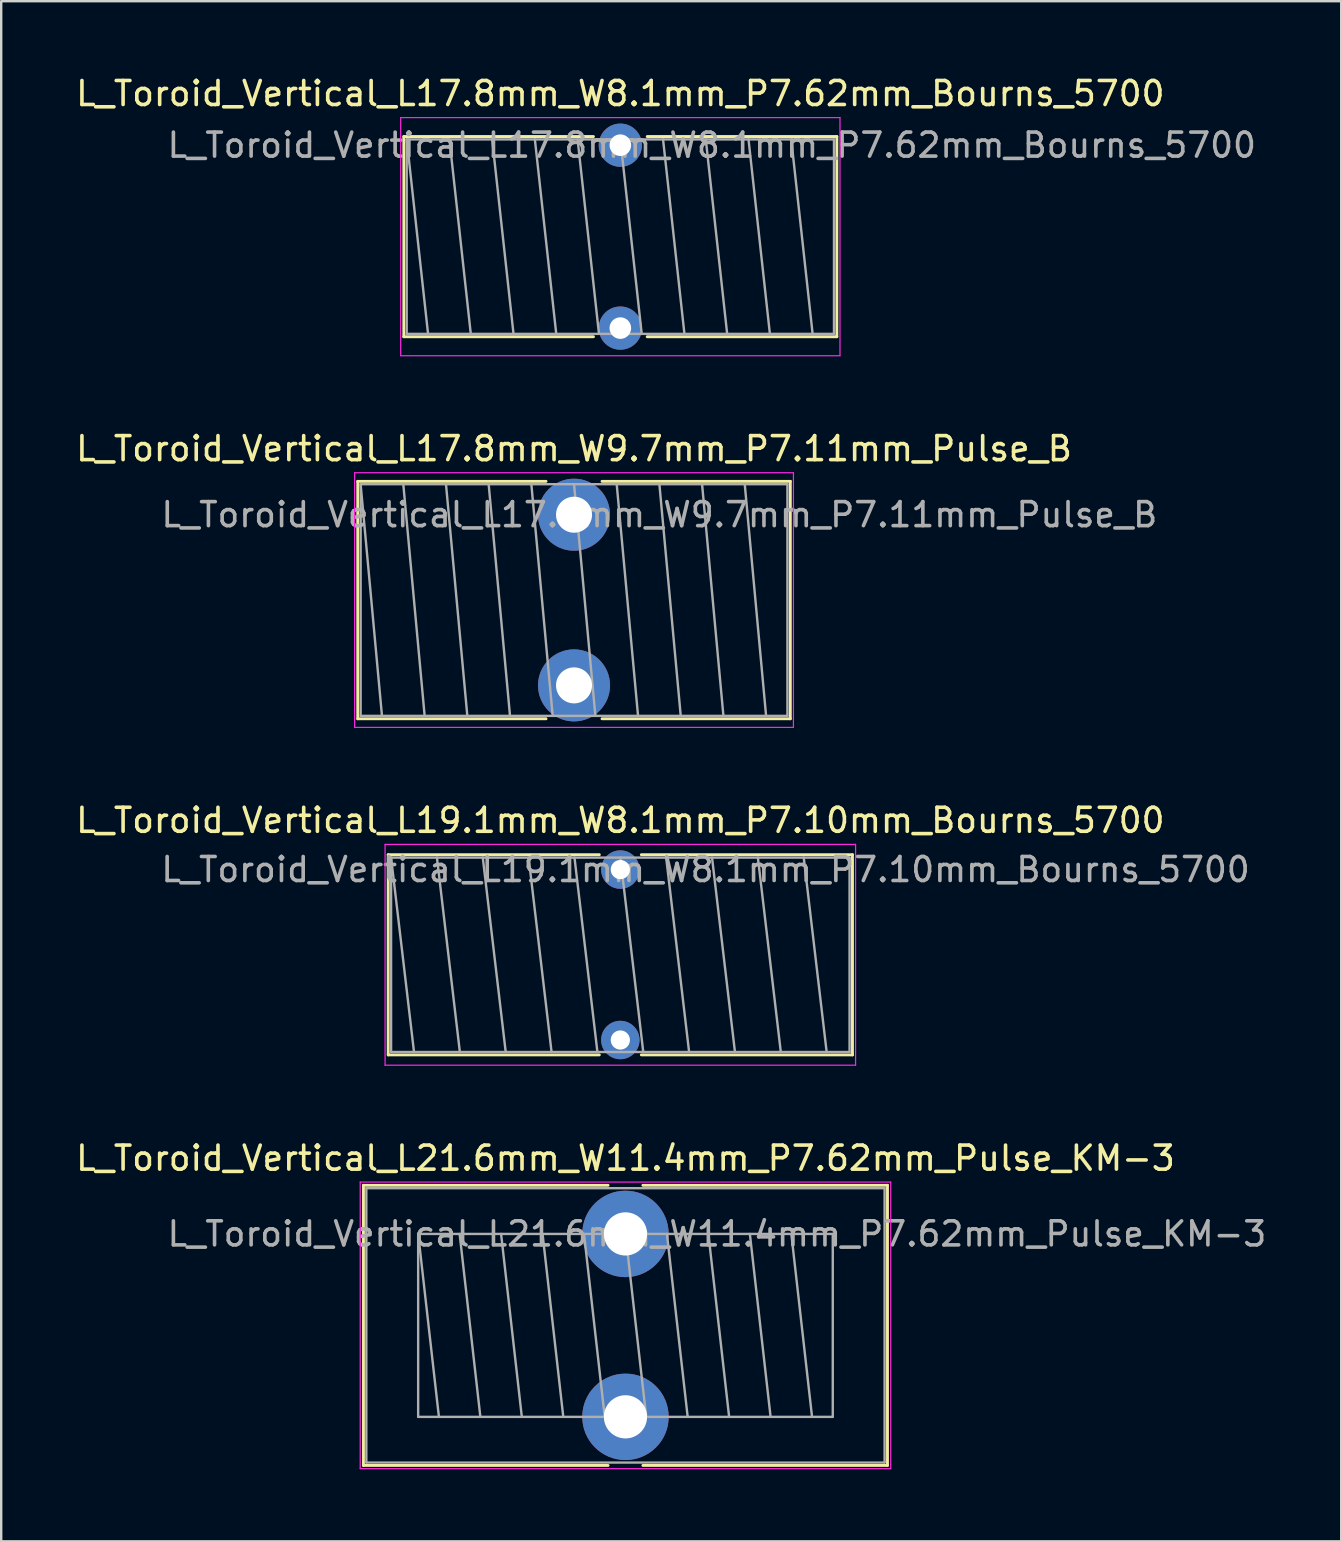
<source format=kicad_pcb>
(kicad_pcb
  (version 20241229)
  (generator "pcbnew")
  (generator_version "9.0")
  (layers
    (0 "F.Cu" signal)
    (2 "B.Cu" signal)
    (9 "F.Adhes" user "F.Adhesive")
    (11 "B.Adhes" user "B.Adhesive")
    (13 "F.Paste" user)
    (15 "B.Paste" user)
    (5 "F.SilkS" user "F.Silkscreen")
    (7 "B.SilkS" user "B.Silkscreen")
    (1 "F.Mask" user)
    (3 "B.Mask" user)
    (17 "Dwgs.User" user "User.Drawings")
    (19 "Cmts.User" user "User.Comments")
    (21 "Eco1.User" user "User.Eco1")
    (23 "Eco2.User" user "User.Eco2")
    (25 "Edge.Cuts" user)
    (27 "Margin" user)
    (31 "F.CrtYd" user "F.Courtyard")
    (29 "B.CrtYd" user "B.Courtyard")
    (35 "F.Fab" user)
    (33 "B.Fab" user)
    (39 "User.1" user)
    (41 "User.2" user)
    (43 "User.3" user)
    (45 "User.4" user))
  (footprint "L_Toroid_Vertical_L17.8mm_W9.7mm_P7.11mm_Pulse_B"
    (layer "F.Cu")
    (at 20.863 18.392)
    (property "Reference" "L_Toroid_Vertical_L17.8mm_W9.7mm_P7.11mm_Pulse_B" (at 0 -2.75 0) (layer "F.SilkS") (effects (font (size 1 1) (thickness 0.15))))
    (attr through_hole)
    (fp_line (start -9.01 -1.39) (end -9.01 8.5) (stroke (width 0.12) (type solid)) (layer "F.SilkS"))
    (fp_line (start -9.01 -1.39) (end -1.166 -1.39) (stroke (width 0.12) (type solid)) (layer "F.SilkS"))
    (fp_line (start -9.01 8.5) (end -1.166 8.5) (stroke (width 0.12) (type solid)) (layer "F.SilkS"))
    (fp_line (start 1.166 -1.39) (end 9.01 -1.39) (stroke (width 0.12) (type solid)) (layer "F.SilkS"))
    (fp_line (start 1.166 8.5) (end 9.01 8.5) (stroke (width 0.12) (type solid)) (layer "F.SilkS"))
    (fp_line (start 9.01 -1.39) (end 9.01 8.5) (stroke (width 0.12) (type solid)) (layer "F.SilkS"))
    (fp_line (start -9.14 -1.75) (end -9.14 8.86) (stroke (width 0.05) (type solid)) (layer "F.CrtYd"))
    (fp_line (start -9.14 8.86) (end 9.14 8.86) (stroke (width 0.05) (type solid)) (layer "F.CrtYd"))
    (fp_line (start 9.14 -1.75) (end -9.14 -1.75) (stroke (width 0.05) (type solid)) (layer "F.CrtYd"))
    (fp_line (start 9.14 8.86) (end 9.14 -1.75) (stroke (width 0.05) (type solid)) (layer "F.CrtYd"))
    (fp_line (start -8.89 -1.27) (end -8.89 8.38) (stroke (width 0.1) (type solid)) (layer "F.Fab"))
    (fp_line (start -8.89 -1.27) (end -8.001 8.38) (stroke (width 0.1) (type solid)) (layer "F.Fab"))
    (fp_line (start -8.89 8.38) (end 8.89 8.38) (stroke (width 0.1) (type solid)) (layer "F.Fab"))
    (fp_line (start -7.112 -1.27) (end -6.223 8.38) (stroke (width 0.1) (type solid)) (layer "F.Fab"))
    (fp_line (start -5.334 -1.27) (end -4.445 8.38) (stroke (width 0.1) (type solid)) (layer "F.Fab"))
    (fp_line (start -3.556 -1.27) (end -2.667 8.38) (stroke (width 0.1) (type solid)) (layer "F.Fab"))
    (fp_line (start -1.778 -1.27) (end -0.889 8.38) (stroke (width 0.1) (type solid)) (layer "F.Fab"))
    (fp_line (start 0 -1.27) (end 0.889 8.38) (stroke (width 0.1) (type solid)) (layer "F.Fab"))
    (fp_line (start 1.778 -1.27) (end 2.667 8.38) (stroke (width 0.1) (type solid)) (layer "F.Fab"))
    (fp_line (start 3.556 -1.27) (end 4.445 8.38) (stroke (width 0.1) (type solid)) (layer "F.Fab"))
    (fp_line (start 5.334 -1.27) (end 6.223 8.38) (stroke (width 0.1) (type solid)) (layer "F.Fab"))
    (fp_line (start 7.112 -1.27) (end 8.001 8.38) (stroke (width 0.1) (type solid)) (layer "F.Fab"))
    (fp_line (start 8.89 -1.27) (end -8.89 -1.27) (stroke (width 0.1) (type solid)) (layer "F.Fab"))
    (fp_line (start 8.89 8.38) (end 8.89 -1.27) (stroke (width 0.1) (type solid)) (layer "F.Fab"))
    (fp_text user "${REFERENCE}" (at 3.555 0 0) (layer "F.Fab") (effects (font (size 1 1) (thickness 0.15))))
    (pad "1" thru_hole circle (at 0 0) (size 3 3) (drill 1.5) (layers "*.Cu" "*.Mask"))
    (pad "2" thru_hole circle (at 0 7.11) (size 3 3) (drill 1.5) (layers "*.Cu" "*.Mask")))
  (footprint "L_Toroid_Vertical_L19.1mm_W8.1mm_P7.10mm_Bourns_5700"
    (layer "F.Cu")
    (at 22.792 33.175)
    (property "Reference" "L_Toroid_Vertical_L19.1mm_W8.1mm_P7.10mm_Bourns_5700" (at 0 -2.05 0) (layer "F.SilkS") (effects (font (size 1 1) (thickness 0.15))))
    (attr through_hole)
    (fp_line (start -9.67 -0.62) (end -9.67 7.72) (stroke (width 0.12) (type solid)) (layer "F.SilkS"))
    (fp_line (start -9.67 -0.62) (end -0.875 -0.62) (stroke (width 0.12) (type solid)) (layer "F.SilkS"))
    (fp_line (start -9.67 7.72) (end -0.875 7.72) (stroke (width 0.12) (type solid)) (layer "F.SilkS"))
    (fp_line (start 0.875 -0.62) (end 9.67 -0.62) (stroke (width 0.12) (type solid)) (layer "F.SilkS"))
    (fp_line (start 0.875 7.72) (end 9.67 7.72) (stroke (width 0.12) (type solid)) (layer "F.SilkS"))
    (fp_line (start 9.67 -0.62) (end 9.67 7.72) (stroke (width 0.12) (type solid)) (layer "F.SilkS"))
    (fp_line (start -9.8 -1.05) (end -9.8 8.15) (stroke (width 0.05) (type solid)) (layer "F.CrtYd"))
    (fp_line (start -9.8 8.15) (end 9.8 8.15) (stroke (width 0.05) (type solid)) (layer "F.CrtYd"))
    (fp_line (start 9.8 -1.05) (end -9.8 -1.05) (stroke (width 0.05) (type solid)) (layer "F.CrtYd"))
    (fp_line (start 9.8 8.15) (end 9.8 -1.05) (stroke (width 0.05) (type solid)) (layer "F.CrtYd"))
    (fp_line (start -9.55 -0.5) (end -9.55 7.6) (stroke (width 0.1) (type solid)) (layer "F.Fab"))
    (fp_line (start -9.55 -0.5) (end -8.595 7.6) (stroke (width 0.1) (type solid)) (layer "F.Fab"))
    (fp_line (start -9.55 7.6) (end 9.55 7.6) (stroke (width 0.1) (type solid)) (layer "F.Fab"))
    (fp_line (start -7.64 -0.5) (end -6.685 7.6) (stroke (width 0.1) (type solid)) (layer "F.Fab"))
    (fp_line (start -5.73 -0.5) (end -4.775 7.6) (stroke (width 0.1) (type solid)) (layer "F.Fab"))
    (fp_line (start -3.82 -0.5) (end -2.865 7.6) (stroke (width 0.1) (type solid)) (layer "F.Fab"))
    (fp_line (start -1.91 -0.5) (end -0.955 7.6) (stroke (width 0.1) (type solid)) (layer "F.Fab"))
    (fp_line (start 0 -0.5) (end 0.955 7.6) (stroke (width 0.1) (type solid)) (layer "F.Fab"))
    (fp_line (start 1.91 -0.5) (end 2.865 7.6) (stroke (width 0.1) (type solid)) (layer "F.Fab"))
    (fp_line (start 3.82 -0.5) (end 4.775 7.6) (stroke (width 0.1) (type solid)) (layer "F.Fab"))
    (fp_line (start 5.73 -0.5) (end 6.685 7.6) (stroke (width 0.1) (type solid)) (layer "F.Fab"))
    (fp_line (start 7.64 -0.5) (end 8.595 7.6) (stroke (width 0.1) (type solid)) (layer "F.Fab"))
    (fp_line (start 9.55 -0.5) (end -9.55 -0.5) (stroke (width 0.1) (type solid)) (layer "F.Fab"))
    (fp_line (start 9.55 7.6) (end 9.55 -0.5) (stroke (width 0.1) (type solid)) (layer "F.Fab"))
    (fp_text user "${REFERENCE}" (at 3.55 0 0) (layer "F.Fab") (effects (font (size 1 1) (thickness 0.15))))
    (pad "1" thru_hole circle (at 0 0) (size 1.6 1.6) (drill 0.8) (layers "*.Cu" "*.Mask"))
    (pad "2" thru_hole circle (at 0 7.1) (size 1.6 1.6) (drill 0.8) (layers "*.Cu" "*.Mask")))
  (footprint "L_Toroid_Vertical_L21.6mm_W11.4mm_P7.62mm_Pulse_KM-3"
    (layer "F.Cu")
    (at 23.006 48.353)
    (property "Reference" "L_Toroid_Vertical_L21.6mm_W11.4mm_P7.62mm_Pulse_KM-3" (at 0 -3.155 0) (layer "F.SilkS") (effects (font (size 1 1) (thickness 0.15))))
    (attr through_hole)
    (fp_line (start -10.915 -2.025) (end -10.915 9.645) (stroke (width 0.12) (type solid)) (layer "F.SilkS"))
    (fp_line (start -10.915 -2.025) (end -0.725 -2.025) (stroke (width 0.12) (type solid)) (layer "F.SilkS"))
    (fp_line (start -10.915 9.645) (end -0.725 9.645) (stroke (width 0.12) (type solid)) (layer "F.SilkS"))
    (fp_line (start 0.725 -2.025) (end 10.915 -2.025) (stroke (width 0.12) (type solid)) (layer "F.SilkS"))
    (fp_line (start 0.725 9.645) (end 10.915 9.645) (stroke (width 0.12) (type solid)) (layer "F.SilkS"))
    (fp_line (start 10.915 -2.025) (end 10.915 9.645) (stroke (width 0.12) (type solid)) (layer "F.SilkS"))
    (fp_line (start -11.05 -2.16) (end -11.05 9.78) (stroke (width 0.05) (type solid)) (layer "F.CrtYd"))
    (fp_line (start -11.05 9.78) (end 11.05 9.78) (stroke (width 0.05) (type solid)) (layer "F.CrtYd"))
    (fp_line (start 11.05 -2.16) (end -11.05 -2.16) (stroke (width 0.05) (type solid)) (layer "F.CrtYd"))
    (fp_line (start 11.05 9.78) (end 11.05 -2.16) (stroke (width 0.05) (type solid)) (layer "F.CrtYd"))
    (fp_line (start -10.795 -1.905) (end -10.795 9.525) (stroke (width 0.1) (type solid)) (layer "F.Fab"))
    (fp_line (start -10.795 9.525) (end 10.795 9.525) (stroke (width 0.1) (type solid)) (layer "F.Fab"))
    (fp_line (start -8.636 0) (end -8.636 7.62) (stroke (width 0.1) (type solid)) (layer "F.Fab"))
    (fp_line (start -8.636 0) (end -7.772 7.62) (stroke (width 0.1) (type solid)) (layer "F.Fab"))
    (fp_line (start -8.636 7.62) (end 8.636 7.62) (stroke (width 0.1) (type solid)) (layer "F.Fab"))
    (fp_line (start -6.909 0) (end -6.045 7.62) (stroke (width 0.1) (type solid)) (layer "F.Fab"))
    (fp_line (start -5.182 0) (end -4.318 7.62) (stroke (width 0.1) (type solid)) (layer "F.Fab"))
    (fp_line (start -3.454 0) (end -2.591 7.62) (stroke (width 0.1) (type solid)) (layer "F.Fab"))
    (fp_line (start -1.727 0) (end -0.864 7.62) (stroke (width 0.1) (type solid)) (layer "F.Fab"))
    (fp_line (start 0 0) (end 0.864 7.62) (stroke (width 0.1) (type solid)) (layer "F.Fab"))
    (fp_line (start 1.727 0) (end 2.591 7.62) (stroke (width 0.1) (type solid)) (layer "F.Fab"))
    (fp_line (start 3.454 0) (end 4.318 7.62) (stroke (width 0.1) (type solid)) (layer "F.Fab"))
    (fp_line (start 5.182 0) (end 6.045 7.62) (stroke (width 0.1) (type solid)) (layer "F.Fab"))
    (fp_line (start 6.909 0) (end 7.772 7.62) (stroke (width 0.1) (type solid)) (layer "F.Fab"))
    (fp_line (start 8.636 0) (end -8.636 0) (stroke (width 0.1) (type solid)) (layer "F.Fab"))
    (fp_line (start 8.636 7.62) (end 8.636 0) (stroke (width 0.1) (type solid)) (layer "F.Fab"))
    (fp_line (start 10.795 -1.905) (end -10.795 -1.905) (stroke (width 0.1) (type solid)) (layer "F.Fab"))
    (fp_line (start 10.795 9.525) (end 10.795 -1.905) (stroke (width 0.1) (type solid)) (layer "F.Fab"))
    (fp_text user "${REFERENCE}" (at 3.81 0 0) (layer "F.Fab") (effects (font (size 1 1) (thickness 0.15))))
    (pad "1" thru_hole circle (at 0 0) (size 3.6 3.6) (drill 1.8) (layers "*.Cu" "*.Mask"))
    (pad "2" thru_hole circle (at 0 7.62) (size 3.6 3.6) (drill 1.8) (layers "*.Cu" "*.Mask")))
  (footprint "L_Toroid_Vertical_L17.8mm_W8.1mm_P7.62mm_Bourns_5700"
    (layer "F.Cu")
    (at 22.792 2.998)
    (property "Reference" "L_Toroid_Vertical_L17.8mm_W8.1mm_P7.62mm_Bourns_5700" (at 0 -2.15 0) (layer "F.SilkS") (effects (font (size 1 1) (thickness 0.15))))
    (attr through_hole)
    (fp_line (start -9.02 -0.36) (end -9.02 7.98) (stroke (width 0.12) (type solid)) (layer "F.SilkS"))
    (fp_line (start -9.02 -0.36) (end -1.119 -0.36) (stroke (width 0.12) (type solid)) (layer "F.SilkS"))
    (fp_line (start -9.02 7.98) (end -1.119 7.98) (stroke (width 0.12) (type solid)) (layer "F.SilkS"))
    (fp_line (start 1.119 -0.36) (end 9.02 -0.36) (stroke (width 0.12) (type solid)) (layer "F.SilkS"))
    (fp_line (start 1.119 7.98) (end 9.02 7.98) (stroke (width 0.12) (type solid)) (layer "F.SilkS"))
    (fp_line (start 9.02 -0.36) (end 9.02 7.98) (stroke (width 0.12) (type solid)) (layer "F.SilkS"))
    (fp_line (start -9.15 -1.15) (end -9.15 8.77) (stroke (width 0.05) (type solid)) (layer "F.CrtYd"))
    (fp_line (start -9.15 8.77) (end 9.15 8.77) (stroke (width 0.05) (type solid)) (layer "F.CrtYd"))
    (fp_line (start 9.15 -1.15) (end -9.15 -1.15) (stroke (width 0.05) (type solid)) (layer "F.CrtYd"))
    (fp_line (start 9.15 8.77) (end 9.15 -1.15) (stroke (width 0.05) (type solid)) (layer "F.CrtYd"))
    (fp_line (start -8.9 -0.24) (end -8.9 7.86) (stroke (width 0.1) (type solid)) (layer "F.Fab"))
    (fp_line (start -8.9 -0.24) (end -8.01 7.86) (stroke (width 0.1) (type solid)) (layer "F.Fab"))
    (fp_line (start -8.9 7.86) (end 8.9 7.86) (stroke (width 0.1) (type solid)) (layer "F.Fab"))
    (fp_line (start -7.12 -0.24) (end -6.23 7.86) (stroke (width 0.1) (type solid)) (layer "F.Fab"))
    (fp_line (start -5.34 -0.24) (end -4.45 7.86) (stroke (width 0.1) (type solid)) (layer "F.Fab"))
    (fp_line (start -3.56 -0.24) (end -2.67 7.86) (stroke (width 0.1) (type solid)) (layer "F.Fab"))
    (fp_line (start -1.78 -0.24) (end -0.89 7.86) (stroke (width 0.1) (type solid)) (layer "F.Fab"))
    (fp_line (start 0 -0.24) (end 0.89 7.86) (stroke (width 0.1) (type solid)) (layer "F.Fab"))
    (fp_line (start 1.78 -0.24) (end 2.67 7.86) (stroke (width 0.1) (type solid)) (layer "F.Fab"))
    (fp_line (start 3.56 -0.24) (end 4.45 7.86) (stroke (width 0.1) (type solid)) (layer "F.Fab"))
    (fp_line (start 5.34 -0.24) (end 6.23 7.86) (stroke (width 0.1) (type solid)) (layer "F.Fab"))
    (fp_line (start 7.12 -0.24) (end 8.01 7.86) (stroke (width 0.1) (type solid)) (layer "F.Fab"))
    (fp_line (start 8.9 -0.24) (end -8.9 -0.24) (stroke (width 0.1) (type solid)) (layer "F.Fab"))
    (fp_line (start 8.9 7.86) (end 8.9 -0.24) (stroke (width 0.1) (type solid)) (layer "F.Fab"))
    (fp_text user "${REFERENCE}" (at 3.81 0 0) (layer "F.Fab") (effects (font (size 1 1) (thickness 0.15))))
    (pad "1" thru_hole circle (at 0 0) (size 1.8 1.8) (drill 0.9) (layers "*.Cu" "*.Mask"))
    (pad "2" thru_hole circle (at 0 7.62) (size 1.8 1.8) (drill 0.9) (layers "*.Cu" "*.Mask")))
  (gr_rect
    (start -3 -3)
    (end 52.822 61.158)
    (stroke (width 0.1) (type default))
    (fill no)
    (layer "Edge.Cuts")))
</source>
